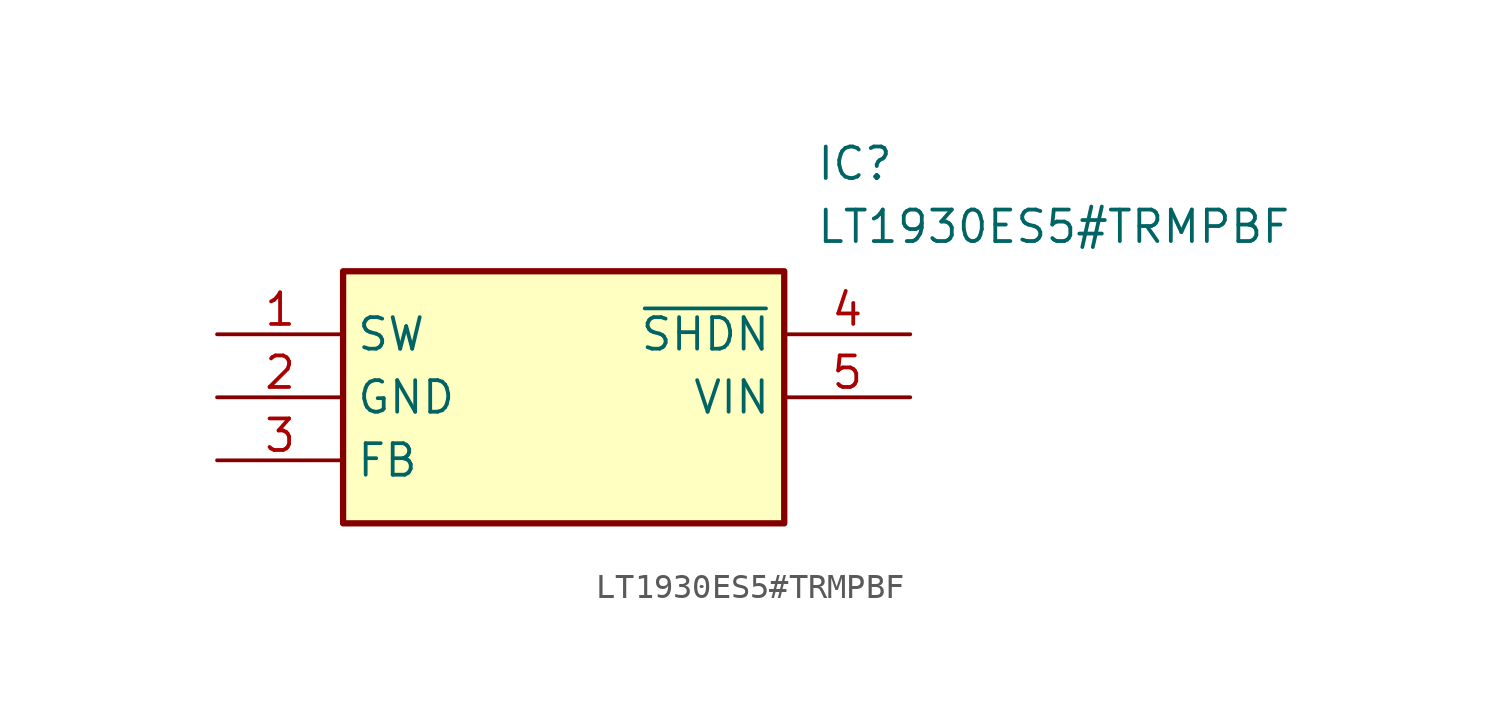
<source format=kicad_sym>
(kicad_symbol_lib
  (version 20211014)
  (generator SamacSys_ECAD_Model)
  (symbol "LT1930ES5#TRMPBF"
    (property "Reference" "IC"
      (at 24.13 7.62 0)
      (effects (font (size 1.27 1.27)) (justify left top)))
    (property "Value" "LT1930ES5#TRMPBF"
      (at 24.13 5.08 0)
      (effects (font (size 1.27 1.27)) (justify left top)))
    (rectangle
      (start 5.08 2.54)
      (end 22.86 -7.62)
      (stroke (width 0.254) (type default))
      (fill (type background)))
    (pin passive line
      (at 0 0 0)
      (length 5.08)
      (name "SW" (effects (font (size 1.27 1.27))))
      (number "1" (effects (font (size 1.27 1.27)))))
    (pin power_in line
      (at 0 -2.54 0)
      (length 5.08)
      (name "GND" (effects (font (size 1.27 1.27))))
      (number "2" (effects (font (size 1.27 1.27)))))
    (pin input line
      (at 0 -5.08 0)
      (length 5.08)
      (name "FB" (effects (font (size 1.27 1.27))))
      (number "3" (effects (font (size 1.27 1.27)))))
    (pin input line
      (at 27.94 0 180)
      (length 5.08)
      (name "~{SHDN}" (effects (font (size 1.27 1.27))))
      (number "4" (effects (font (size 1.27 1.27)))))
    (pin power_in line
      (at 27.94 -2.54 180)
      (length 5.08)
      (name "VIN" (effects (font (size 1.27 1.27))))
      (number "5" (effects (font (size 1.27 1.27)))))))
</source>
